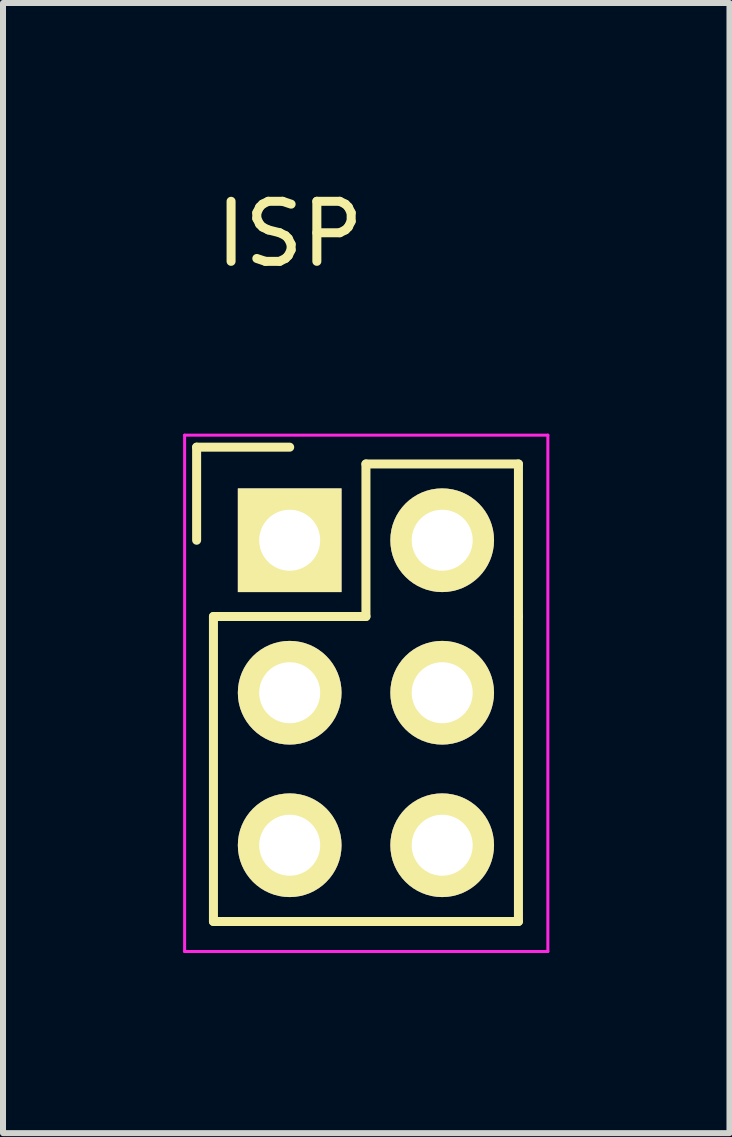
<source format=kicad_pcb>
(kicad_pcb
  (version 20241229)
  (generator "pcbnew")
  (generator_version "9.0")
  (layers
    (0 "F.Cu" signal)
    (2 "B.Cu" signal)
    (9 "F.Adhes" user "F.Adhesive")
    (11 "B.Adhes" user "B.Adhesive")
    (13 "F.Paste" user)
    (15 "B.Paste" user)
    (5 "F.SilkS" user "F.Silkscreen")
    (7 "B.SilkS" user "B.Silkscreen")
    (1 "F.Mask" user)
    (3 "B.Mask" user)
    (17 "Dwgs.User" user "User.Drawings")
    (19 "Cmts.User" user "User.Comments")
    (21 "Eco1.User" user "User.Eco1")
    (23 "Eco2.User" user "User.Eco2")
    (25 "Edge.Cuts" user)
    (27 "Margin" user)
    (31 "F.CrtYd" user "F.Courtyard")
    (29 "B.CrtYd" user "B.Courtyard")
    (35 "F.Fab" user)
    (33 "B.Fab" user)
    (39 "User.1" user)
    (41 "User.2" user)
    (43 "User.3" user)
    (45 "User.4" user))
  (footprint "ISP"
    (layer "F.Cu")
    (at 1.775 5.948)
    (property "Reference" "ISP" (at 0 -5.1 0) (layer "F.SilkS") (effects (font (size 1 1) (thickness 0.15))))
    (attr through_hole)
    (fp_line (start -1.55 -1.55) (end -1.55 0) (stroke (width 0.15) (type solid)) (layer "F.SilkS"))
    (fp_line (start -1.55 -1.55) (end 0 -1.55) (stroke (width 0.15) (type solid)) (layer "F.SilkS"))
    (fp_line (start -1.27 1.27) (end -1.27 6.35) (stroke (width 0.15) (type solid)) (layer "F.SilkS"))
    (fp_line (start -1.27 6.35) (end 3.81 6.35) (stroke (width 0.15) (type solid)) (layer "F.SilkS"))
    (fp_line (start 1.27 -1.27) (end 1.27 1.27) (stroke (width 0.15) (type solid)) (layer "F.SilkS"))
    (fp_line (start 1.27 1.27) (end -1.27 1.27) (stroke (width 0.15) (type solid)) (layer "F.SilkS"))
    (fp_line (start 3.81 -1.27) (end 1.27 -1.27) (stroke (width 0.15) (type solid)) (layer "F.SilkS"))
    (fp_line (start 3.81 1.27) (end 3.81 -1.27) (stroke (width 0.15) (type solid)) (layer "F.SilkS"))
    (fp_line (start 3.81 6.35) (end 3.81 1.27) (stroke (width 0.15) (type solid)) (layer "F.SilkS"))
    (fp_line (start -1.75 -1.75) (end -1.75 6.85) (stroke (width 0.05) (type solid)) (layer "F.CrtYd"))
    (fp_line (start -1.75 -1.75) (end 4.3 -1.75) (stroke (width 0.05) (type solid)) (layer "F.CrtYd"))
    (fp_line (start -1.75 6.85) (end 4.3 6.85) (stroke (width 0.05) (type solid)) (layer "F.CrtYd"))
    (fp_line (start 4.3 -1.75) (end 4.3 6.85) (stroke (width 0.05) (type solid)) (layer "F.CrtYd"))
    (pad "1" thru_hole rect (at 0 0) (size 1.727 1.727) (drill 1.016) (layers "*.Cu" "*.Mask" "F.SilkS"))
    (pad "2" thru_hole oval (at 2.54 0) (size 1.727 1.727) (drill 1.016) (layers "*.Cu" "*.Mask" "F.SilkS"))
    (pad "3" thru_hole oval (at 0 2.54) (size 1.727 1.727) (drill 1.016) (layers "*.Cu" "*.Mask" "F.SilkS"))
    (pad "4" thru_hole oval (at 2.54 2.54) (size 1.727 1.727) (drill 1.016) (layers "*.Cu" "*.Mask" "F.SilkS"))
    (pad "5" thru_hole oval (at 0 5.08) (size 1.727 1.727) (drill 1.016) (layers "*.Cu" "*.Mask" "F.SilkS"))
    (pad "6" thru_hole oval (at 2.54 5.08) (size 1.727 1.727) (drill 1.016) (layers "*.Cu" "*.Mask" "F.SilkS")))
  (gr_rect
    (start -3 -3)
    (end 9.1 15.823)
    (stroke (width 0.1) (type default))
    (fill no)
    (layer "Edge.Cuts")))
</source>
